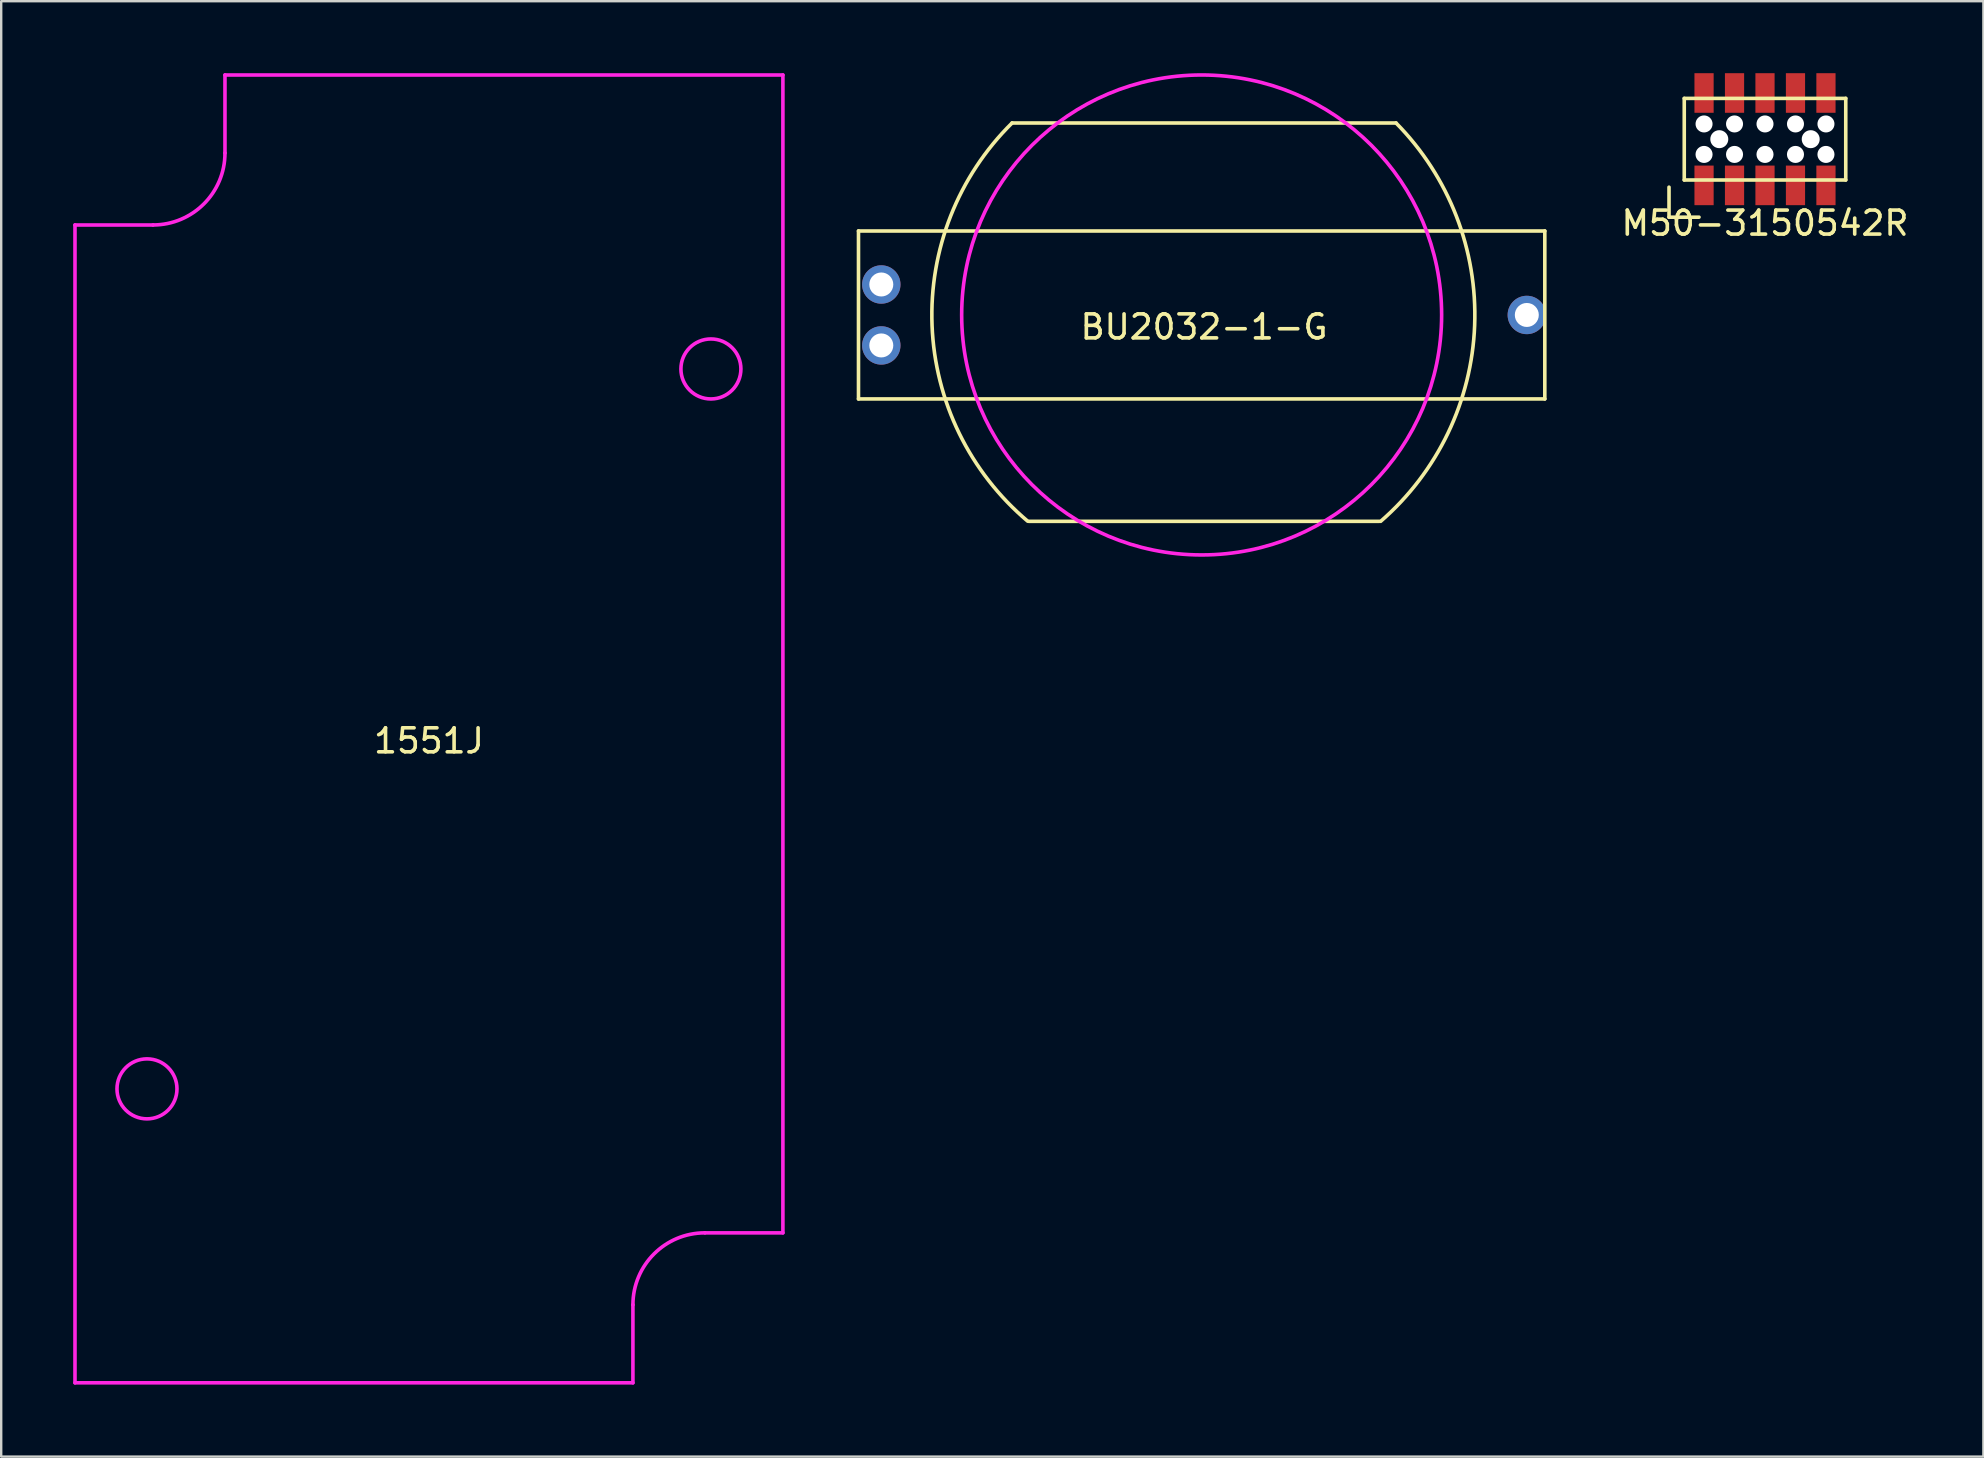
<source format=kicad_pcb>
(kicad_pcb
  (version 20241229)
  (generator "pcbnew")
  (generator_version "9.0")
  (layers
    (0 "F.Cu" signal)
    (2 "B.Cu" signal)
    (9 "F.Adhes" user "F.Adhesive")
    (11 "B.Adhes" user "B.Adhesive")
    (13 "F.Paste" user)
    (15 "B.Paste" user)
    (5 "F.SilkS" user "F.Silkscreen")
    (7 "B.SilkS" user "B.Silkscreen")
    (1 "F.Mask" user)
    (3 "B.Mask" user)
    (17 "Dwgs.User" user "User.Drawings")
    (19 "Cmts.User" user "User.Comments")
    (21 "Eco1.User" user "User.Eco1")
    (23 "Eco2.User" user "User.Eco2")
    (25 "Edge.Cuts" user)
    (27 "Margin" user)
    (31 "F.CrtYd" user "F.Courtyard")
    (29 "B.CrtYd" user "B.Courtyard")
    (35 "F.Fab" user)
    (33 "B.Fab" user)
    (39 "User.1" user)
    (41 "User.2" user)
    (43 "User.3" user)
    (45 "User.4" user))
  (footprint "M50-3150542R"
    (layer "F.Cu")
    (at 70.501 2.75)
    (property "Reference" "M50-3150542R" (at 0 3.5 0) (layer "F.SilkS") (effects (font (size 1 1) (thickness 0.15))))
    (attr through_hole)
    (fp_line (start -4 2) (end -4 3.25) (stroke (width 0.15) (type solid)) (layer "F.SilkS"))
    (fp_line (start -4 3.25) (end -2.75 3.25) (stroke (width 0.15) (type solid)) (layer "F.SilkS"))
    (fp_line (start -3.365 -1.7) (end -3.365 1.7) (stroke (width 0.15) (type solid)) (layer "F.SilkS"))
    (fp_line (start -3.365 -1.7) (end 3.365 -1.7) (stroke (width 0.15) (type solid)) (layer "F.SilkS"))
    (fp_line (start -3.365 1.7) (end 3.365 1.7) (stroke (width 0.15) (type solid)) (layer "F.SilkS"))
    (fp_line (start 3.365 -1.7) (end 3.365 1.7) (stroke (width 0.15) (type solid)) (layer "F.SilkS"))
    (pad "" np_thru_hole circle (at -2.54 -0.635) (size 0.71 0.71) (drill 0.71) (layers "*.Cu" "*.Mask"))
    (pad "" np_thru_hole circle (at -2.54 0.635) (size 0.71 0.71) (drill 0.71) (layers "*.Cu" "*.Mask"))
    (pad "" np_thru_hole circle (at -1.905 0) (size 0.75 0.75) (drill 0.75) (layers "*.Cu" "*.Mask"))
    (pad "" np_thru_hole circle (at -1.27 -0.635) (size 0.71 0.71) (drill 0.71) (layers "*.Cu" "*.Mask"))
    (pad "" np_thru_hole circle (at -1.27 0.635) (size 0.71 0.71) (drill 0.71) (layers "*.Cu" "*.Mask"))
    (pad "" np_thru_hole circle (at 0 -0.635) (size 0.71 0.71) (drill 0.71) (layers "*.Cu" "*.Mask"))
    (pad "" np_thru_hole circle (at 0 0.635) (size 0.71 0.71) (drill 0.71) (layers "*.Cu" "*.Mask"))
    (pad "" np_thru_hole circle (at 1.27 -0.635) (size 0.71 0.71) (drill 0.71) (layers "*.Cu" "*.Mask"))
    (pad "" np_thru_hole circle (at 1.27 0.635) (size 0.71 0.71) (drill 0.71) (layers "*.Cu" "*.Mask"))
    (pad "" np_thru_hole circle (at 1.905 0) (size 0.75 0.75) (drill 0.75) (layers "*.Cu" "*.Mask"))
    (pad "" np_thru_hole circle (at 2.54 -0.635) (size 0.71 0.71) (drill 0.71) (layers "*.Cu" "*.Mask"))
    (pad "" np_thru_hole circle (at 2.54 0.635) (size 0.71 0.71) (drill 0.71) (layers "*.Cu" "*.Mask"))
    (pad "1" smd rect (at -2.54 1.925) (size 0.8 1.65) (layers "F.Cu" "F.Mask" "F.Paste"))
    (pad "2" smd rect (at -2.54 -1.925) (size 0.8 1.65) (layers "F.Cu" "F.Mask" "F.Paste"))
    (pad "3" smd rect (at -1.27 1.925) (size 0.8 1.65) (layers "F.Cu" "F.Mask" "F.Paste"))
    (pad "4" smd rect (at -1.27 -1.925) (size 0.8 1.65) (layers "F.Cu" "F.Mask" "F.Paste"))
    (pad "5" smd rect (at 0 1.925) (size 0.8 1.65) (layers "F.Cu" "F.Mask" "F.Paste"))
    (pad "6" smd rect (at 0 -1.925) (size 0.8 1.65) (layers "F.Cu" "F.Mask" "F.Paste"))
    (pad "7" smd rect (at 1.27 1.925) (size 0.8 1.65) (layers "F.Cu" "F.Mask" "F.Paste"))
    (pad "8" smd rect (at 1.27 -1.925) (size 0.8 1.65) (layers "F.Cu" "F.Mask" "F.Paste"))
    (pad "9" smd rect (at 2.54 1.925) (size 0.8 1.65) (layers "F.Cu" "F.Mask" "F.Paste"))
    (pad "10" smd rect (at 2.54 -1.925) (size 0.8 1.65) (layers "F.Cu" "F.Mask" "F.Paste")))
  (footprint "1551J"
    (layer "F.Cu")
    (at 14.825 27.325)
    (property "Reference" "1551J" (at 0 0.5 0) (layer "F.SilkS") (effects (font (size 1 1) (thickness 0.15))))
    (attr through_hole)
    (fp_line (start -14.75 -21) (end -14.75 27.25) (stroke (width 0.15) (type solid)) (layer "F.CrtYd"))
    (fp_line (start -14.75 -21) (end -11.5 -21) (stroke (width 0.15) (type solid)) (layer "F.CrtYd"))
    (fp_line (start -14.75 27.25) (end 8.5 27.25) (stroke (width 0.15) (type solid)) (layer "F.CrtYd"))
    (fp_line (start -8.5 -27.25) (end -8.5 -24) (stroke (width 0.15) (type solid)) (layer "F.CrtYd"))
    (fp_line (start -8.5 -27.25) (end 14.75 -27.25) (stroke (width 0.15) (type solid)) (layer "F.CrtYd"))
    (fp_line (start 8.5 27.25) (end 8.5 24) (stroke (width 0.15) (type solid)) (layer "F.CrtYd"))
    (fp_line (start 11.5 21) (end 14.75 21) (stroke (width 0.15) (type solid)) (layer "F.CrtYd"))
    (fp_line (start 14.75 -27.25) (end 14.75 21) (stroke (width 0.15) (type solid)) (layer "F.CrtYd"))
    (fp_arc (start -8.5 -24) (mid -9.37868 -21.87868) (end -11.5 -21) (stroke (width 0.15) (type solid)) (layer "F.CrtYd"))
    (fp_arc (start 8.5 24) (mid 9.37868 21.87868) (end 11.5 21) (stroke (width 0.15) (type solid)) (layer "F.CrtYd"))
    (fp_circle (center -11.75 15) (end -10.5 15) (stroke (width 0.15) (type solid)) (fill no) (layer "F.CrtYd"))
    (fp_circle (center 11.75 -15) (end 13 -15) (stroke (width 0.15) (type solid)) (fill no) (layer "F.CrtYd")))
  (footprint "BU2032-1-G"
    (layer "F.Cu")
    (at 47.125 10.075)
    (property "Reference" "BU2032-1-G" (at 0 0.5 0) (layer "F.SilkS") (effects (font (size 1 1) (thickness 0.15))))
    (attr through_hole)
    (fp_line (start -14.4 -3.5) (end -14.4 3.5) (stroke (width 0.15) (type solid)) (layer "F.SilkS"))
    (fp_line (start -14.4 -3.5) (end 14.2 -3.5) (stroke (width 0.15) (type solid)) (layer "F.SilkS"))
    (fp_line (start -14.4 3.5) (end 14.2 3.5) (stroke (width 0.15) (type solid)) (layer "F.SilkS"))
    (fp_line (start -8 -8) (end 8 -8) (stroke (width 0.15) (type solid)) (layer "F.SilkS"))
    (fp_line (start -7.3 8.6) (end 7.3 8.6) (stroke (width 0.15) (type solid)) (layer "F.SilkS"))
    (fp_line (start 14.2 3.5) (end 14.2 -3.5) (stroke (width 0.15) (type solid)) (layer "F.SilkS"))
    (fp_arc (start -7.351077 8.592546) (mid -11.33463 0.439378) (end -7.999999 -7.999999) (stroke (width 0.15) (type solid)) (layer "F.SilkS"))
    (fp_arc (start 8 -8) (mid 11.276201 0.438197) (end 7.360611 8.599375) (stroke (width 0.15) (type solid)) (layer "F.SilkS"))
    (fp_circle (center -0.1 0) (end 9.9 -0.1) (stroke (width 0.15) (type solid)) (fill no) (layer "F.CrtYd"))
    (pad "1" thru_hole circle (at -13.45 -1.27) (size 1.6 1.6) (drill 1) (layers "*.Cu" "*.Mask"))
    (pad "1" thru_hole circle (at -13.45 1.27) (size 1.6 1.6) (drill 1) (layers "*.Cu" "*.Mask"))
    (pad "2" thru_hole circle (at 13.45 0) (size 1.6 1.6) (drill 1) (layers "*.Cu" "*.Mask")))
  (gr_rect
    (start -3 -3)
    (end 79.602 57.65)
    (stroke (width 0.1) (type default))
    (fill no)
    (layer "Edge.Cuts")))
</source>
